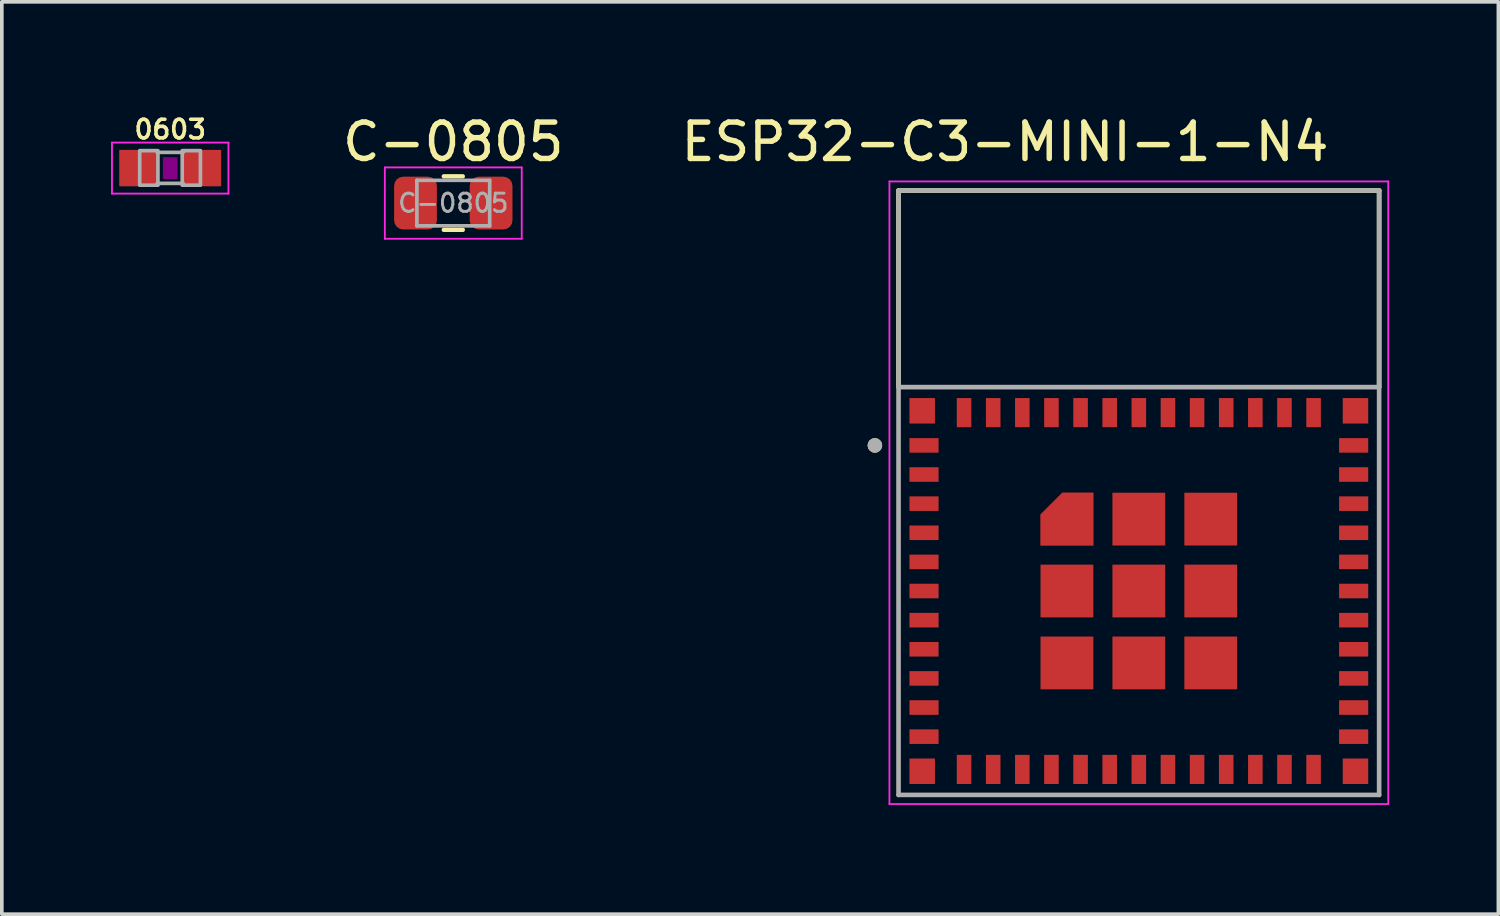
<source format=kicad_pcb>
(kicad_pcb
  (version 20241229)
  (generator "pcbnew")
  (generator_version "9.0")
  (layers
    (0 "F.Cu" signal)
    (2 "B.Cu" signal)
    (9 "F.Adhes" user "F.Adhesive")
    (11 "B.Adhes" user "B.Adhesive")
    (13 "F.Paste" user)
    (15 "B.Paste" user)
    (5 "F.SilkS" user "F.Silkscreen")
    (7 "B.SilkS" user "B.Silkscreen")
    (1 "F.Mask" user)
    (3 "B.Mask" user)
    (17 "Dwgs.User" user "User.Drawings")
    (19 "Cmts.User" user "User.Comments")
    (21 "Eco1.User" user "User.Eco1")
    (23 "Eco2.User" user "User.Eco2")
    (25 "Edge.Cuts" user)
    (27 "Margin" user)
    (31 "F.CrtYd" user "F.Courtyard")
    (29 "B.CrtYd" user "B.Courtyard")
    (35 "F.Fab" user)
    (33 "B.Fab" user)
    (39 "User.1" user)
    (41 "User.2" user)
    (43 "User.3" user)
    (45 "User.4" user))
  (footprint "0603"
    (layer "F.Cu")
    (at 1.625 1.567)
    (property "Reference" "0603" (at 0 -0.762 0) (layer "F.SilkS") (effects (font (size 0.512 0.512) (thickness 0.098)) (justify bottom)))
    (fp_poly (pts (xy -0.2 0.3) (xy 0.2 0.3) (xy 0.2 -0.3) (xy -0.2 -0.3)) (stroke (width 0) (type default)) (fill yes) (layer "F.Adhes"))
    (fp_line (start -1.6 -0.7) (end 1.6 -0.7) (stroke (width 0.051) (type solid)) (layer "F.CrtYd"))
    (fp_line (start -1.6 0.7) (end -1.6 -0.7) (stroke (width 0.051) (type solid)) (layer "F.CrtYd"))
    (fp_line (start 1.6 -0.7) (end 1.6 0.7) (stroke (width 0.051) (type solid)) (layer "F.CrtYd"))
    (fp_line (start 1.6 0.7) (end -1.6 0.7) (stroke (width 0.051) (type solid)) (layer "F.CrtYd"))
    (fp_line (start -0.356 -0.432) (end 0.356 -0.432) (stroke (width 0.102) (type solid)) (layer "F.Fab"))
    (fp_line (start -0.356 0.419) (end 0.356 0.419) (stroke (width 0.102) (type solid)) (layer "F.Fab"))
    (fp_poly (pts (xy -0.838 0.47) (xy -0.338 0.47) (xy -0.338 -0.48) (xy -0.838 -0.48)) (stroke (width 0.1) (type default)) (fill no) (layer "F.Fab"))
    (fp_poly (pts (xy 0.33 0.47) (xy 0.83 0.47) (xy 0.83 -0.48) (xy 0.33 -0.48)) (stroke (width 0.1) (type default)) (fill no) (layer "F.Fab"))
    (pad "1" smd rect (at -0.85 0) (size 1.1 1) (layers "F.Cu" "F.Mask" "F.Paste"))
    (pad "2" smd rect (at 0.85 0) (size 1.1 1) (layers "F.Cu" "F.Mask" "F.Paste")))
  (footprint "C-0805"
    (layer "F.Cu")
    (at 9.4 2.528)
    (property "Reference" "C-0805" (at 0 -1.68 0) (layer "F.SilkS") (effects (font (size 1 1) (thickness 0.15))))
    (attr smd)
    (fp_line (start -0.261 -0.735) (end 0.261 -0.735) (stroke (width 0.12) (type solid)) (layer "F.SilkS"))
    (fp_line (start -0.261 0.735) (end 0.261 0.735) (stroke (width 0.12) (type solid)) (layer "F.SilkS"))
    (fp_line (start -1.88 -0.98) (end 1.88 -0.98) (stroke (width 0.05) (type solid)) (layer "F.CrtYd"))
    (fp_line (start -1.88 0.98) (end -1.88 -0.98) (stroke (width 0.05) (type solid)) (layer "F.CrtYd"))
    (fp_line (start 1.88 -0.98) (end 1.88 0.98) (stroke (width 0.05) (type solid)) (layer "F.CrtYd"))
    (fp_line (start 1.88 0.98) (end -1.88 0.98) (stroke (width 0.05) (type solid)) (layer "F.CrtYd"))
    (fp_line (start -1 -0.625) (end 1 -0.625) (stroke (width 0.1) (type solid)) (layer "F.Fab"))
    (fp_line (start -1 0.625) (end -1 -0.625) (stroke (width 0.1) (type solid)) (layer "F.Fab"))
    (fp_line (start 1 -0.625) (end 1 0.625) (stroke (width 0.1) (type solid)) (layer "F.Fab"))
    (fp_line (start 1 0.625) (end -1 0.625) (stroke (width 0.1) (type solid)) (layer "F.Fab"))
    (fp_text user "${REFERENCE}" (at 0 0 0) (layer "F.Fab") (effects (font (size 0.5 0.5) (thickness 0.08))))
    (pad "1" smd roundrect (at -1.038 0) (size 1.175 1.45) (layers "F.Cu" "F.Mask" "F.Paste") (roundrect_rratio 0.213))
    (pad "2" smd roundrect (at 1.038 0) (size 1.175 1.45) (layers "F.Cu" "F.Mask" "F.Paste") (roundrect_rratio 0.213)))
  (footprint "ESP32-C3-MINI-1-N4"
    (layer "F.Cu")
    (at 28.229 10.483)
    (property "Reference" "ESP32-C3-MINI-1-N4" (at -3.675 -9.635 180) (layer "F.SilkS") (effects (font (size 1 1) (thickness 0.15))))
    (attr smd)
    (fp_poly (pts (xy -1.15 1.55) (xy -2.8 1.55) (xy -2.8 0.56) (xy -2.14 -0.1) (xy -1.15 -0.1)) (stroke (width 0.01) (type solid)) (fill yes) (layer "F.Mask"))
    (fp_line (start -6.6 -8.3) (end 6.6 -8.3) (stroke (width 0.127) (type solid)) (layer "F.SilkS"))
    (fp_line (start -6.6 -2.92) (end -6.6 -8.3) (stroke (width 0.127) (type solid)) (layer "F.SilkS"))
    (fp_line (start 6.6 -8.3) (end 6.6 -2.92) (stroke (width 0.127) (type solid)) (layer "F.SilkS"))
    (fp_circle (center -7.25 -1.3) (end -7.15 -1.3) (stroke (width 0.2) (type solid)) (fill no) (layer "F.SilkS"))
    (fp_poly (pts (xy -1.25 1.45) (xy -2.7 1.45) (xy -2.7 0.6) (xy -2.1 0) (xy -1.25 0)) (stroke (width 0.01) (type solid)) (fill yes) (layer "F.Paste"))
    (fp_line (start -6.85 -8.55) (end -6.85 8.55) (stroke (width 0.05) (type solid)) (layer "F.CrtYd"))
    (fp_line (start -6.85 8.55) (end 6.85 8.55) (stroke (width 0.05) (type solid)) (layer "F.CrtYd"))
    (fp_line (start 6.85 -8.55) (end -6.85 -8.55) (stroke (width 0.05) (type solid)) (layer "F.CrtYd"))
    (fp_line (start 6.85 8.55) (end 6.85 -8.55) (stroke (width 0.05) (type solid)) (layer "F.CrtYd"))
    (fp_line (start -6.6 -8.3) (end 6.6 -8.3) (stroke (width 0.127) (type solid)) (layer "F.Fab"))
    (fp_line (start -6.6 -2.9) (end -6.6 -8.3) (stroke (width 0.127) (type solid)) (layer "F.Fab"))
    (fp_line (start -6.6 -2.9) (end 6.6 -2.9) (stroke (width 0.127) (type solid)) (layer "F.Fab"))
    (fp_line (start -6.6 8.3) (end -6.6 -2.9) (stroke (width 0.127) (type solid)) (layer "F.Fab"))
    (fp_line (start 6.6 -8.3) (end 6.6 -2.9) (stroke (width 0.127) (type solid)) (layer "F.Fab"))
    (fp_line (start 6.6 -2.9) (end 6.6 8.3) (stroke (width 0.127) (type solid)) (layer "F.Fab"))
    (fp_line (start 6.6 8.3) (end -6.6 8.3) (stroke (width 0.127) (type solid)) (layer "F.Fab"))
    (fp_circle (center -7.25 -1.3) (end -7.15 -1.3) (stroke (width 0.2) (type solid)) (fill no) (layer "F.Fab"))
    (pad "1" smd rect (at -5.9 -1.3) (size 0.8 0.4) (layers "F.Cu" "F.Mask" "F.Paste"))
    (pad "2" smd rect (at -5.9 -0.5) (size 0.8 0.4) (layers "F.Cu" "F.Mask" "F.Paste"))
    (pad "3" smd rect (at -5.9 0.3) (size 0.8 0.4) (layers "F.Cu" "F.Mask" "F.Paste"))
    (pad "4" smd rect (at -5.9 1.1) (size 0.8 0.4) (layers "F.Cu" "F.Mask" "F.Paste"))
    (pad "5" smd rect (at -5.9 1.9) (size 0.8 0.4) (layers "F.Cu" "F.Mask" "F.Paste"))
    (pad "6" smd rect (at -5.9 2.7) (size 0.8 0.4) (layers "F.Cu" "F.Mask" "F.Paste"))
    (pad "7" smd rect (at -5.9 3.5) (size 0.8 0.4) (layers "F.Cu" "F.Mask" "F.Paste"))
    (pad "8" smd rect (at -5.9 4.3) (size 0.8 0.4) (layers "F.Cu" "F.Mask" "F.Paste"))
    (pad "9" smd rect (at -5.9 5.1) (size 0.8 0.4) (layers "F.Cu" "F.Mask" "F.Paste"))
    (pad "10" smd rect (at -5.9 5.9) (size 0.8 0.4) (layers "F.Cu" "F.Mask" "F.Paste"))
    (pad "11" smd rect (at -5.9 6.7) (size 0.8 0.4) (layers "F.Cu" "F.Mask" "F.Paste"))
    (pad "12" smd rect (at -4.8 7.6) (size 0.4 0.8) (layers "F.Cu" "F.Mask" "F.Paste"))
    (pad "13" smd rect (at -4 7.6) (size 0.4 0.8) (layers "F.Cu" "F.Mask" "F.Paste"))
    (pad "14" smd rect (at -3.2 7.6) (size 0.4 0.8) (layers "F.Cu" "F.Mask" "F.Paste"))
    (pad "15" smd rect (at -2.4 7.6) (size 0.4 0.8) (layers "F.Cu" "F.Mask" "F.Paste"))
    (pad "16" smd rect (at -1.6 7.6) (size 0.4 0.8) (layers "F.Cu" "F.Mask" "F.Paste"))
    (pad "17" smd rect (at -0.8 7.6) (size 0.4 0.8) (layers "F.Cu" "F.Mask" "F.Paste"))
    (pad "18" smd rect (at 0 7.6) (size 0.4 0.8) (layers "F.Cu" "F.Mask" "F.Paste"))
    (pad "19" smd rect (at 0.8 7.6) (size 0.4 0.8) (layers "F.Cu" "F.Mask" "F.Paste"))
    (pad "20" smd rect (at 1.6 7.6) (size 0.4 0.8) (layers "F.Cu" "F.Mask" "F.Paste"))
    (pad "21" smd rect (at 2.4 7.6) (size 0.4 0.8) (layers "F.Cu" "F.Mask" "F.Paste"))
    (pad "22" smd rect (at 3.2 7.6) (size 0.4 0.8) (layers "F.Cu" "F.Mask" "F.Paste"))
    (pad "23" smd rect (at 4 7.6) (size 0.4 0.8) (layers "F.Cu" "F.Mask" "F.Paste"))
    (pad "24" smd rect (at 4.8 7.6) (size 0.4 0.8) (layers "F.Cu" "F.Mask" "F.Paste"))
    (pad "25" smd rect (at 5.9 6.7) (size 0.8 0.4) (layers "F.Cu" "F.Mask" "F.Paste"))
    (pad "26" smd rect (at 5.9 5.9) (size 0.8 0.4) (layers "F.Cu" "F.Mask" "F.Paste"))
    (pad "27" smd rect (at 5.9 5.1) (size 0.8 0.4) (layers "F.Cu" "F.Mask" "F.Paste"))
    (pad "28" smd rect (at 5.9 4.3) (size 0.8 0.4) (layers "F.Cu" "F.Mask" "F.Paste"))
    (pad "29" smd rect (at 5.9 3.5) (size 0.8 0.4) (layers "F.Cu" "F.Mask" "F.Paste"))
    (pad "30" smd rect (at 5.9 2.7) (size 0.8 0.4) (layers "F.Cu" "F.Mask" "F.Paste"))
    (pad "31" smd rect (at 5.9 1.9) (size 0.8 0.4) (layers "F.Cu" "F.Mask" "F.Paste"))
    (pad "32" smd rect (at 5.9 1.1) (size 0.8 0.4) (layers "F.Cu" "F.Mask" "F.Paste"))
    (pad "33" smd rect (at 5.9 0.3) (size 0.8 0.4) (layers "F.Cu" "F.Mask" "F.Paste"))
    (pad "34" smd rect (at 5.9 -0.5) (size 0.8 0.4) (layers "F.Cu" "F.Mask" "F.Paste"))
    (pad "35" smd rect (at 5.9 -1.3) (size 0.8 0.4) (layers "F.Cu" "F.Mask" "F.Paste"))
    (pad "36" smd rect (at 4.8 -2.2) (size 0.4 0.8) (layers "F.Cu" "F.Mask" "F.Paste"))
    (pad "37" smd rect (at 4 -2.2) (size 0.4 0.8) (layers "F.Cu" "F.Mask" "F.Paste"))
    (pad "38" smd rect (at 3.2 -2.2) (size 0.4 0.8) (layers "F.Cu" "F.Mask" "F.Paste"))
    (pad "39" smd rect (at 2.4 -2.2) (size 0.4 0.8) (layers "F.Cu" "F.Mask" "F.Paste"))
    (pad "40" smd rect (at 1.6 -2.2) (size 0.4 0.8) (layers "F.Cu" "F.Mask" "F.Paste"))
    (pad "41" smd rect (at 0.8 -2.2) (size 0.4 0.8) (layers "F.Cu" "F.Mask" "F.Paste"))
    (pad "42" smd rect (at 0 -2.2) (size 0.4 0.8) (layers "F.Cu" "F.Mask" "F.Paste"))
    (pad "43" smd rect (at -0.8 -2.2) (size 0.4 0.8) (layers "F.Cu" "F.Mask" "F.Paste"))
    (pad "44" smd rect (at -1.6 -2.2) (size 0.4 0.8) (layers "F.Cu" "F.Mask" "F.Paste"))
    (pad "45" smd rect (at -2.4 -2.2) (size 0.4 0.8) (layers "F.Cu" "F.Mask" "F.Paste"))
    (pad "46" smd rect (at -3.2 -2.2) (size 0.4 0.8) (layers "F.Cu" "F.Mask" "F.Paste"))
    (pad "47" smd rect (at -4 -2.2) (size 0.4 0.8) (layers "F.Cu" "F.Mask" "F.Paste"))
    (pad "48" smd rect (at -4.8 -2.2) (size 0.4 0.8) (layers "F.Cu" "F.Mask" "F.Paste"))
    (pad "49_1" smd custom (at -1.975 0.725) (size 0.6 0.6) (layers "F.Cu") (options (anchor rect)) (primitives (gr_poly (pts (xy 0.725 0.725) (xy -0.725 0.725) (xy -0.725 -0.125) (xy -0.125 -0.725) (xy 0.725 -0.725)) (width 0.01) (fill yes))))
    (pad "49_2" smd rect (at 0 0.725) (size 1.45 1.45) (layers "F.Cu" "F.Mask" "F.Paste"))
    (pad "49_3" smd rect (at 1.975 0.725) (size 1.45 1.45) (layers "F.Cu" "F.Mask" "F.Paste"))
    (pad "49_4" smd rect (at 1.975 2.7) (size 1.45 1.45) (layers "F.Cu" "F.Mask" "F.Paste"))
    (pad "49_5" smd rect (at 1.975 4.675) (size 1.45 1.45) (layers "F.Cu" "F.Mask" "F.Paste"))
    (pad "49_6" smd rect (at 0 4.675) (size 1.45 1.45) (layers "F.Cu" "F.Mask" "F.Paste"))
    (pad "49_7" smd rect (at -1.975 4.675) (size 1.45 1.45) (layers "F.Cu" "F.Mask" "F.Paste"))
    (pad "49_8" smd rect (at -1.975 2.7) (size 1.45 1.45) (layers "F.Cu" "F.Mask" "F.Paste"))
    (pad "49_9" smd rect (at 0 2.7) (size 1.45 1.45) (layers "F.Cu" "F.Mask" "F.Paste"))
    (pad "50" smd rect (at 5.95 -2.25) (size 0.7 0.7) (layers "F.Cu" "F.Mask" "F.Paste"))
    (pad "51" smd rect (at 5.95 7.65) (size 0.7 0.7) (layers "F.Cu" "F.Mask" "F.Paste"))
    (pad "52" smd rect (at -5.95 7.65) (size 0.7 0.7) (layers "F.Cu" "F.Mask" "F.Paste"))
    (pad "53" smd rect (at -5.95 -2.25) (size 0.7 0.7) (layers "F.Cu" "F.Mask" "F.Paste"))
    (zone (net_name "") (layer "F.Cu") (hatch full 0.508) (connect_pads) (min_thickness 0.01) (filled_areas_thickness no) (keepout (tracks not_allowed) (vias not_allowed) (pads not_allowed) (copperpour not_allowed) (footprints allowed)) (placement (enabled no)) (fill) (polygon (pts (xy 21.48 2.483) (xy 34.68 2.483) (xy 34.68 7.883) (xy 21.48 7.883))))
    (zone (net_name "") (layers "F.Cu" "B.Cu") (hatch full 0.508) (connect_pads) (min_thickness 0.01) (filled_areas_thickness no) (keepout (tracks allowed) (vias not_allowed) (pads allowed) (copperpour allowed) (footprints allowed)) (placement (enabled no)) (fill) (polygon (pts (xy 21.48 2.483) (xy 34.68 2.483) (xy 34.68 7.883) (xy 21.48 7.883))))
    (zone (net_name "") (layer "B.Cu") (hatch full 0.508) (connect_pads) (min_thickness 0.01) (filled_areas_thickness no) (keepout (tracks not_allowed) (vias not_allowed) (pads not_allowed) (copperpour not_allowed) (footprints allowed)) (placement (enabled no)) (fill) (polygon (pts (xy 21.48 2.483) (xy 34.68 2.483) (xy 34.68 7.883) (xy 21.48 7.883)))))
  (gr_rect
    (start -3 -3)
    (end 38.104 22.058)
    (stroke (width 0.1) (type default))
    (fill no)
    (layer "Edge.Cuts")))
</source>
